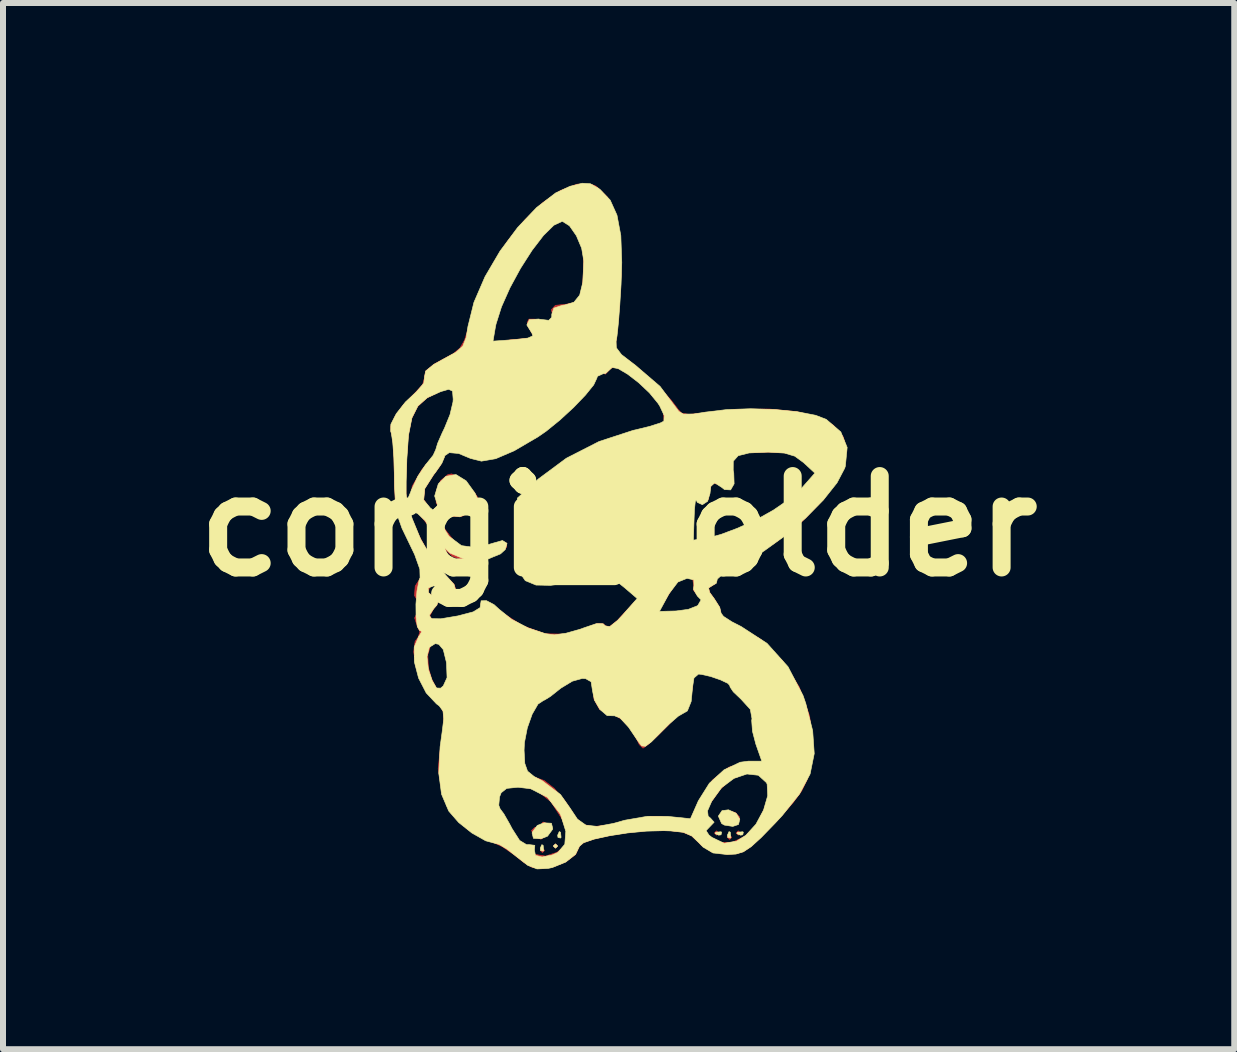
<source format=kicad_pcb>
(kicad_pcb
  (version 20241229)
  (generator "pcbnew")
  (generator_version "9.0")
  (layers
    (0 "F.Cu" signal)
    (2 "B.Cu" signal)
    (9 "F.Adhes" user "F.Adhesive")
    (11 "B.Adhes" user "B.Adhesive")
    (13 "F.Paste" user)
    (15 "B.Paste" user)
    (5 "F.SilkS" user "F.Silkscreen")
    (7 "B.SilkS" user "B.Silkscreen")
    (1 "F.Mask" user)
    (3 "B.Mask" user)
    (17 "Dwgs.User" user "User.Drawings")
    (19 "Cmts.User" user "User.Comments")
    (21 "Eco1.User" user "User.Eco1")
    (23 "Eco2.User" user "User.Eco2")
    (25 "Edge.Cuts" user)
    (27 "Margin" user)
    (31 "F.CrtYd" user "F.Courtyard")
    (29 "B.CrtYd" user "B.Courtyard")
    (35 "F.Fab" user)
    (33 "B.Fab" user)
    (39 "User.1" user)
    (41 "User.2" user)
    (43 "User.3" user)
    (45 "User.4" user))
  (footprint "corgi_solder"
    (layer "F.Cu")
    (at 7.264 5.722)
    (property "Reference" "corgi_solder" (at 0 0 0) (layer "F.SilkS") (effects (font (size 1.524 1.524) (thickness 0.3))))
    (attr through_hole)
    (fp_poly (pts (xy -1.234 5.407) (xy -1.27 5.443) (xy -1.306 5.407) (xy -1.27 5.37) (xy -1.234 5.407)) (stroke (width 0.01) (type solid)) (fill yes) (layer "F.Cu"))
    (fp_poly (pts (xy -1.016 5.334) (xy -1.052 5.37) (xy -1.089 5.334) (xy -1.052 5.298) (xy -1.016 5.334)) (stroke (width 0.01) (type solid)) (fill yes) (layer "F.Cu"))
    (fp_poly (pts (xy 1.669 5.116) (xy 1.633 5.153) (xy 1.597 5.116) (xy 1.633 5.08) (xy 1.669 5.116)) (stroke (width 0.01) (type solid)) (fill yes) (layer "F.Cu"))
    (fp_poly (pts (xy 1.887 5.189) (xy 1.851 5.225) (xy 1.814 5.189) (xy 1.851 5.153) (xy 1.887 5.189)) (stroke (width 0.01) (type solid)) (fill yes) (layer "F.Cu"))
    (fp_poly (pts (xy 2.032 5.116) (xy 1.996 5.153) (xy 1.959 5.116) (xy 1.996 5.08) (xy 2.032 5.116)) (stroke (width 0.01) (type solid)) (fill yes) (layer "F.Cu"))
    (fp_poly (pts (xy 1.944 4.774) (xy 2.014 4.846) (xy 2.012 4.885) (xy 1.922 4.979) (xy 1.772 4.954) (xy 1.742 4.937) (xy 1.676 4.853) (xy 1.712 4.79) (xy 1.822 4.749) (xy 1.944 4.774)) (stroke (width 0.01) (type solid)) (fill yes) (layer "F.Cu"))
    (fp_poly (pts (xy -1.141 4.982) (xy -1.146 5.092) (xy -1.171 5.128) (xy -1.294 5.22) (xy -1.403 5.177) (xy -1.452 5.076) (xy -1.399 5.025) (xy -1.339 5.035) (xy -1.264 5.04) (xy -1.271 5.007) (xy -1.271 4.94) (xy -1.25 4.935) (xy -1.141 4.982)) (stroke (width 0.01) (type solid)) (fill yes) (layer "F.Cu"))
    (fp_poly (pts (xy -0.859 -0.285) (xy -0.781 -0.173) (xy -0.734 -0.024) (xy -0.783 0.082) (xy -0.863 0.154) (xy -1.019 0.264) (xy -1.126 0.271) (xy -1.242 0.176) (xy -1.27 0.145) (xy -1.358 0.007) (xy -1.338 -0.138) (xy -1.319 -0.182) (xy -1.189 -0.332) (xy -1.02 -0.366) (xy -0.859 -0.285)) (stroke (width 0.01) (type solid)) (fill yes) (layer "F.Cu"))
    (fp_poly (pts (xy -2.682 -0.821) (xy -2.541 -0.704) (xy -2.407 -0.564) (xy -2.328 -0.448) (xy -2.322 -0.423) (xy -2.368 -0.338) (xy -2.436 -0.259) (xy -2.614 -0.163) (xy -2.818 -0.158) (xy -2.961 -0.232) (xy -3.042 -0.393) (xy -3.04 -0.585) (xy -2.969 -0.758) (xy -2.843 -0.861) (xy -2.782 -0.871) (xy -2.682 -0.821)) (stroke (width 0.01) (type solid)) (fill yes) (layer "F.Cu"))
    (fp_poly (pts (xy -2.199 -1.923) (xy -2.181 -1.894) (xy -2.145 -1.735) (xy -2.169 -1.547) (xy -2.234 -1.367) (xy -2.325 -1.232) (xy -2.425 -1.178) (xy -2.49 -1.208) (xy -2.534 -1.317) (xy -2.54 -1.382) (xy -2.592 -1.53) (xy -2.652 -1.599) (xy -2.72 -1.704) (xy -2.688 -1.768) (xy -2.586 -1.799) (xy -2.525 -1.756) (xy -2.41 -1.675) (xy -2.361 -1.714) (xy -2.372 -1.806) (xy -2.368 -1.946) (xy -2.295 -1.992) (xy -2.199 -1.923)) (stroke (width 0.01) (type solid)) (fill yes) (layer "F.Cu"))
    (fp_poly (pts (xy -2.906 -1.164) (xy -2.967 -1.02) (xy -3.084 -0.858) (xy -3.232 -0.63) (xy -3.25 -0.443) (xy -3.139 -0.281) (xy -3.016 -0.137) (xy -2.892 0.054) (xy -2.888 0.062) (xy -2.702 0.301) (xy -2.481 0.4) (xy -2.225 0.359) (xy -2.17 0.334) (xy -1.979 0.266) (xy -1.865 0.283) (xy -1.865 0.283) (xy -1.87 0.355) (xy -1.977 0.44) (xy -2.146 0.519) (xy -2.336 0.569) (xy -2.446 0.578) (xy -2.643 0.552) (xy -2.77 0.505) (xy -2.883 0.401) (xy -3.018 0.227) (xy -3.058 0.165) (xy -3.194 -0.037) (xy -3.326 -0.204) (xy -3.354 -0.233) (xy -3.466 -0.43) (xy -3.442 -0.664) (xy -3.282 -0.939) (xy -3.171 -1.07) (xy -3.016 -1.209) (xy -2.925 -1.234) (xy -2.906 -1.164)) (stroke (width 0.01) (type solid)) (fill yes) (layer "F.Cu"))
    (fp_poly (pts (xy 1.205 2.45) (xy 1.234 2.626) (xy 1.234 2.649) (xy 1.215 2.804) (xy 1.144 2.955) (xy 1 3.137) (xy 0.844 3.302) (xy 0.653 3.492) (xy 0.5 3.633) (xy 0.413 3.699) (xy 0.406 3.701) (xy 0.345 3.643) (xy 0.313 3.574) (xy 0.21 3.39) (xy 0.058 3.227) (xy -0.097 3.13) (xy -0.149 3.121) (xy -0.316 3.058) (xy -0.41 2.887) (xy -0.422 2.672) (xy -0.374 2.488) (xy -0.29 2.431) (xy -0.216 2.474) (xy -0.199 2.621) (xy -0.203 2.685) (xy -0.207 2.84) (xy -0.179 2.865) (xy -0.152 2.832) (xy -0.093 2.787) (xy -0.008 2.826) (xy 0.13 2.964) (xy 0.175 3.013) (xy 0.319 3.188) (xy 0.412 3.322) (xy 0.432 3.368) (xy 0.464 3.411) (xy 0.534 3.358) (xy 0.618 3.245) (xy 0.69 3.104) (xy 0.725 2.972) (xy 0.726 2.956) (xy 0.742 2.807) (xy 0.809 2.768) (xy 0.871 2.779) (xy 0.975 2.782) (xy 1.013 2.691) (xy 1.016 2.606) (xy 1.049 2.438) (xy 1.125 2.395) (xy 1.205 2.45)) (stroke (width 0.01) (type solid)) (fill yes) (layer "F.Cu"))
    (fp_poly (pts (xy 2.824 -1.442) (xy 2.965 -1.413) (xy 3.076 -1.356) (xy 3.139 -1.309) (xy 3.273 -1.175) (xy 3.337 -1.057) (xy 3.338 -1.047) (xy 3.302 -0.953) (xy 3.202 -0.98) (xy 3.084 -1.089) (xy 2.974 -1.174) (xy 2.813 -1.219) (xy 2.559 -1.233) (xy 2.498 -1.234) (xy 2.186 -1.228) (xy 1.994 -1.203) (xy 1.895 -1.144) (xy 1.865 -1.038) (xy 1.874 -0.902) (xy 1.886 -0.734) (xy 1.849 -0.674) (xy 1.736 -0.688) (xy 1.714 -0.694) (xy 1.574 -0.71) (xy 1.527 -0.646) (xy 1.524 -0.601) (xy 1.492 -0.439) (xy 1.405 -0.403) (xy 1.331 -0.445) (xy 1.269 -0.471) (xy 1.24 -0.395) (xy 1.234 -0.233) (xy 1.211 0.078) (xy 1.144 0.251) (xy 1.063 0.29) (xy 1.013 0.219) (xy 0.985 0.01) (xy 0.979 -0.218) (xy 0.982 -0.483) (xy 0.997 -0.635) (xy 1.037 -0.705) (xy 1.112 -0.725) (xy 1.157 -0.726) (xy 1.275 -0.74) (xy 1.266 -0.794) (xy 1.248 -0.813) (xy 1.165 -0.935) (xy 1.213 -0.998) (xy 1.387 -0.998) (xy 1.415 -0.994) (xy 1.605 -0.981) (xy 1.664 -1.027) (xy 1.594 -1.134) (xy 1.582 -1.147) (xy 1.532 -1.248) (xy 1.611 -1.327) (xy 1.823 -1.385) (xy 2.174 -1.424) (xy 2.298 -1.432) (xy 2.614 -1.446) (xy 2.824 -1.442)) (stroke (width 0.01) (type solid)) (fill yes) (layer "F.Cu"))
    (fp_poly (pts (xy -0.612 -5.118) (xy -0.57 -5.086) (xy -0.488 -5.007) (xy -0.437 -4.91) (xy -0.411 -4.761) (xy -0.403 -4.525) (xy -0.403 -4.306) (xy -0.419 -3.92) (xy -0.462 -3.625) (xy -0.526 -3.437) (xy -0.608 -3.37) (xy -0.674 -3.403) (xy -0.783 -3.479) (xy -0.827 -3.426) (xy -0.816 -3.303) (xy -0.807 -3.115) (xy -0.828 -3.003) (xy -0.873 -2.923) (xy -0.942 -2.947) (xy -1.005 -3.002) (xy -1.102 -3.078) (xy -1.131 -3.042) (xy -1.131 -2.965) (xy -1.165 -2.826) (xy -1.25 -2.772) (xy -1.342 -2.83) (xy -1.345 -2.835) (xy -1.457 -2.886) (xy -1.687 -2.891) (xy -1.753 -2.885) (xy -1.966 -2.876) (xy -2.111 -2.892) (xy -2.145 -2.91) (xy -2.125 -2.987) (xy -1.999 -3.058) (xy -1.802 -3.107) (xy -1.623 -3.121) (xy -1.453 -3.13) (xy -1.408 -3.165) (xy -1.437 -3.208) (xy -1.514 -3.339) (xy -1.524 -3.394) (xy -1.496 -3.451) (xy -1.397 -3.451) (xy -1.201 -3.391) (xy -1.098 -3.354) (xy -1.036 -3.35) (xy -1.064 -3.437) (xy -1.078 -3.463) (xy -1.123 -3.606) (xy -1.054 -3.681) (xy -0.867 -3.701) (xy -0.733 -3.727) (xy -0.648 -3.818) (xy -0.601 -4) (xy -0.583 -4.296) (xy -0.582 -4.409) (xy -0.6 -4.682) (xy -0.665 -4.86) (xy -0.726 -4.935) (xy -0.856 -5.101) (xy -0.868 -5.199) (xy -0.78 -5.211) (xy -0.612 -5.118)) (stroke (width 0.01) (type solid)) (fill yes) (layer "F.Cu"))
    (fp_poly (pts (xy -0.443 -5.695) (xy -0.374 -5.667) (xy -0.185 -5.484) (xy -0.052 -5.173) (xy 0.024 -4.739) (xy 0.042 -4.186) (xy 0.001 -3.521) (xy -0.02 -3.32) (xy -0.046 -3.057) (xy -0.045 -2.908) (xy -0.014 -2.843) (xy 0.036 -2.83) (xy 0.136 -2.782) (xy 0.301 -2.655) (xy 0.5 -2.48) (xy 0.702 -2.287) (xy 0.873 -2.104) (xy 0.982 -1.962) (xy 0.988 -1.951) (xy 1.05 -1.885) (xy 1.164 -1.863) (xy 1.37 -1.88) (xy 1.451 -1.891) (xy 2.004 -1.947) (xy 2.517 -1.952) (xy 2.966 -1.909) (xy 3.326 -1.82) (xy 3.573 -1.688) (xy 3.582 -1.68) (xy 3.748 -1.485) (xy 3.801 -1.272) (xy 3.744 -1.01) (xy 3.663 -0.825) (xy 3.414 -0.444) (xy 3.05 -0.067) (xy 2.602 0.28) (xy 2.125 0.559) (xy 1.887 0.686) (xy 1.716 0.796) (xy 1.639 0.869) (xy 1.639 0.881) (xy 1.618 0.956) (xy 1.566 0.988) (xy 1.499 1.033) (xy 1.523 1.113) (xy 1.596 1.213) (xy 1.685 1.357) (xy 1.703 1.455) (xy 1.702 1.458) (xy 1.737 1.521) (xy 1.871 1.604) (xy 1.934 1.633) (xy 2.372 1.89) (xy 2.736 2.249) (xy 3.012 2.683) (xy 3.185 3.165) (xy 3.24 3.667) (xy 3.197 4.037) (xy 3.14 4.237) (xy 3.051 4.418) (xy 2.907 4.614) (xy 2.686 4.862) (xy 2.607 4.946) (xy 2.372 5.188) (xy 2.206 5.342) (xy 2.078 5.428) (xy 1.959 5.463) (xy 1.819 5.469) (xy 1.798 5.469) (xy 1.552 5.432) (xy 1.377 5.319) (xy 1.335 5.274) (xy 1.215 5.162) (xy 1.067 5.102) (xy 0.841 5.076) (xy 0.75 5.073) (xy 0.47 5.078) (xy 0.163 5.108) (xy -0.136 5.155) (xy -0.395 5.212) (xy -0.578 5.274) (xy -0.653 5.334) (xy -0.653 5.337) (xy -0.718 5.476) (xy -0.882 5.598) (xy -1.098 5.683) (xy -1.32 5.71) (xy -1.451 5.685) (xy -1.58 5.608) (xy -1.738 5.482) (xy -1.742 5.479) (xy -1.939 5.344) (xy -2.174 5.235) (xy -2.192 5.229) (xy -2.518 5.054) (xy -2.775 4.776) (xy -2.944 4.428) (xy -3.008 4.045) (xy -2.979 3.76) (xy -2.912 3.379) (xy -2.916 3.112) (xy -2.993 2.946) (xy -3.054 2.9) (xy -3.189 2.771) (xy -3.302 2.566) (xy -3.381 2.328) (xy -3.416 2.098) (xy -3.393 1.92) (xy -3.34 1.851) (xy -3.313 1.76) (xy -3.354 1.672) (xy -3.401 1.532) (xy -3.349 1.427) (xy -3.301 1.315) (xy -3.335 1.272) (xy -3.404 1.157) (xy -3.391 0.999) (xy -3.315 0.881) (xy -3.277 0.816) (xy -3.291 0.705) (xy -3.363 0.518) (xy -3.478 0.278) (xy -3.607 0.004) (xy -3.685 -0.214) (xy -3.724 -0.435) (xy -3.738 -0.715) (xy -3.739 -0.748) (xy -3.548 -0.748) (xy -3.543 -0.506) (xy -3.514 -0.315) (xy -3.452 -0.127) (xy -3.352 0.105) (xy -3.331 0.151) (xy -3.177 0.441) (xy -3.012 0.687) (xy -2.874 0.836) (xy -2.744 0.968) (xy -2.713 1.06) (xy -2.775 1.086) (xy -2.915 1.025) (xy -3.056 0.97) (xy -3.147 1.015) (xy -3.181 1.1) (xy -3.097 1.172) (xy -3.008 1.239) (xy -3.029 1.314) (xy -3.084 1.378) (xy -3.151 1.502) (xy -3.094 1.569) (xy -2.928 1.567) (xy -2.87 1.555) (xy -2.735 1.541) (xy -2.687 1.571) (xy -2.746 1.709) (xy -2.873 1.845) (xy -3.01 1.921) (xy -3.033 1.923) (xy -3.133 1.985) (xy -3.181 2.144) (xy -3.172 2.357) (xy -3.117 2.548) (xy -3.036 2.707) (xy -2.963 2.739) (xy -2.879 2.639) (xy -2.804 2.493) (xy -2.711 2.329) (xy -2.638 2.286) (xy -2.591 2.315) (xy -2.548 2.409) (xy -2.593 2.551) (xy -2.631 2.622) (xy -2.73 2.823) (xy -2.757 2.945) (xy -2.715 2.97) (xy -2.609 2.882) (xy -2.582 2.852) (xy -2.443 2.716) (xy -2.369 2.698) (xy -2.363 2.788) (xy -2.427 2.974) (xy -2.526 3.178) (xy -2.717 3.593) (xy -2.803 3.94) (xy -2.788 4.25) (xy -2.695 4.515) (xy -2.557 4.734) (xy -2.39 4.912) (xy -2.331 4.955) (xy -2.15 5.053) (xy -2.066 5.064) (xy -2.056 4.983) (xy -2.075 4.899) (xy -2.087 4.754) (xy -2.038 4.718) (xy -1.954 4.783) (xy -1.859 4.942) (xy -1.845 4.973) (xy -1.669 5.287) (xy -1.46 5.462) (xy -1.22 5.502) (xy -1.026 5.439) (xy -0.901 5.334) (xy -0.85 5.221) (xy -0.861 5.09) (xy -0.94 4.888) (xy -0.943 4.882) (xy -1.127 4.596) (xy -1.367 4.404) (xy -1.632 4.324) (xy -1.764 4.333) (xy -1.913 4.348) (xy -1.952 4.303) (xy -1.945 4.275) (xy -1.849 4.188) (xy -1.664 4.153) (xy -1.441 4.173) (xy -1.241 4.242) (xy -1.074 4.372) (xy -0.901 4.575) (xy -0.83 4.681) (xy -0.703 4.878) (xy -0.591 4.975) (xy -0.452 5.006) (xy -0.395 5.007) (xy -0.166 4.984) (xy 0.098 4.926) (xy 0.161 4.907) (xy 0.571 4.84) (xy 0.835 4.852) (xy 1.197 4.899) (xy 1.357 4.555) (xy 1.568 4.231) (xy 1.839 4.019) (xy 2.151 3.934) (xy 2.25 3.935) (xy 2.444 3.98) (xy 2.504 4.064) (xy 2.451 4.143) (xy 2.395 4.142) (xy 2.116 4.118) (xy 1.872 4.221) (xy 1.694 4.388) (xy 1.484 4.683) (xy 1.409 4.927) (xy 1.467 5.126) (xy 1.495 5.161) (xy 1.68 5.274) (xy 1.897 5.271) (xy 2.115 5.169) (xy 2.301 4.983) (xy 2.426 4.728) (xy 2.435 4.693) (xy 2.497 4.547) (xy 2.597 4.518) (xy 2.628 4.525) (xy 2.728 4.52) (xy 2.817 4.427) (xy 2.918 4.228) (xy 3.026 3.813) (xy 3.013 3.373) (xy 2.891 2.933) (xy 2.674 2.521) (xy 2.376 2.163) (xy 2.011 1.886) (xy 1.648 1.731) (xy 1.374 1.64) (xy 1.232 1.558) (xy 1.211 1.471) (xy 1.301 1.369) (xy 1.403 1.273) (xy 1.394 1.214) (xy 1.333 1.175) (xy 1.249 1.068) (xy 1.254 0.996) (xy 1.236 0.889) (xy 1.157 0.849) (xy 1.06 0.858) (xy 0.955 0.953) (xy 0.822 1.156) (xy 0.795 1.203) (xy 0.62 1.485) (xy 0.492 1.635) (xy 0.408 1.655) (xy 0.378 1.607) (xy 0.313 1.598) (xy 0.17 1.687) (xy 0.061 1.78) (xy -0.14 1.939) (xy -0.271 1.987) (xy -0.314 1.97) (xy -0.458 1.937) (xy -0.72 1.972) (xy -0.739 1.976) (xy -1.175 2.005) (xy -1.599 1.891) (xy -2 1.639) (xy -2.052 1.594) (xy -2.224 1.419) (xy -2.297 1.301) (xy -2.275 1.255) (xy -2.159 1.297) (xy -2.016 1.394) (xy -1.602 1.66) (xy -1.224 1.795) (xy -0.866 1.801) (xy -0.53 1.694) (xy -0.35 1.623) (xy -0.252 1.63) (xy -0.221 1.663) (xy -0.151 1.677) (xy -0.022 1.575) (xy 0.102 1.44) (xy 0.27 1.261) (xy 0.376 1.195) (xy 0.428 1.221) (xy 0.497 1.239) (xy 0.588 1.158) (xy 0.676 1.015) (xy 0.734 0.849) (xy 0.744 0.761) (xy 0.757 0.67) (xy 0.819 0.624) (xy 0.964 0.608) (xy 1.153 0.609) (xy 1.602 0.551) (xy 2.079 0.369) (xy 2.559 0.073) (xy 3.018 -0.321) (xy 3.339 -0.679) (xy 3.532 -0.987) (xy 3.597 -1.24) (xy 3.533 -1.436) (xy 3.518 -1.453) (xy 3.351 -1.588) (xy 3.124 -1.676) (xy 2.814 -1.722) (xy 2.399 -1.728) (xy 2.074 -1.714) (xy 1.715 -1.691) (xy 1.38 -1.664) (xy 1.114 -1.639) (xy 0.99 -1.623) (xy 0.812 -1.601) (xy 0.744 -1.624) (xy 0.751 -1.707) (xy 0.759 -1.733) (xy 0.748 -1.927) (xy 0.613 -2.153) (xy 0.366 -2.392) (xy 0.216 -2.505) (xy 0.025 -2.624) (xy -0.086 -2.656) (xy -0.142 -2.617) (xy -0.223 -2.532) (xy -0.272 -2.579) (xy -0.288 -2.745) (xy -0.269 -3.021) (xy -0.244 -3.207) (xy -0.174 -3.806) (xy -0.153 -4.34) (xy -0.179 -4.793) (xy -0.251 -5.148) (xy -0.366 -5.39) (xy -0.454 -5.472) (xy -0.613 -5.492) (xy -0.835 -5.417) (xy -1.089 -5.263) (xy -1.346 -5.048) (xy -1.546 -4.828) (xy -1.822 -4.428) (xy -2.053 -3.99) (xy -2.22 -3.56) (xy -2.302 -3.181) (xy -2.303 -3.165) (xy -2.333 -2.866) (xy -2.368 -2.695) (xy -2.413 -2.633) (xy -2.475 -2.664) (xy -2.479 -2.667) (xy -2.593 -2.71) (xy -2.73 -2.668) (xy -2.861 -2.583) (xy -2.903 -2.505) (xy -2.84 -2.468) (xy -2.83 -2.467) (xy -2.756 -2.437) (xy -2.789 -2.364) (xy -2.913 -2.278) (xy -2.968 -2.253) (xy -3.195 -2.138) (xy -3.35 -1.995) (xy -3.45 -1.796) (xy -3.507 -1.511) (xy -3.536 -1.112) (xy -3.537 -1.088) (xy -3.548 -0.748) (xy -3.739 -0.748) (xy -3.74 -0.881) (xy -3.746 -1.172) (xy -3.761 -1.405) (xy -3.782 -1.544) (xy -3.792 -1.566) (xy -3.799 -1.666) (xy -3.726 -1.829) (xy -3.593 -2.017) (xy -3.424 -2.191) (xy -3.414 -2.2) (xy -3.268 -2.358) (xy -3.233 -2.486) (xy -3.236 -2.494) (xy -3.213 -2.59) (xy -3.068 -2.705) (xy -2.935 -2.778) (xy -2.758 -2.874) (xy -2.645 -2.968) (xy -2.569 -3.1) (xy -2.503 -3.311) (xy -2.459 -3.477) (xy -2.31 -3.926) (xy -2.1 -4.357) (xy -1.845 -4.757) (xy -1.561 -5.107) (xy -1.264 -5.392) (xy -0.968 -5.596) (xy -0.689 -5.703) (xy -0.443 -5.695)) (stroke (width 0.01) (type solid)) (fill yes) (layer "F.Cu"))
    (fp_poly (pts (xy -1.234 5.407) (xy -1.27 5.443) (xy -1.306 5.407) (xy -1.27 5.37) (xy -1.234 5.407)) (stroke (width 0.01) (type solid)) (fill yes) (layer "F.Mask"))
    (fp_poly (pts (xy -1.016 5.334) (xy -1.052 5.37) (xy -1.089 5.334) (xy -1.052 5.298) (xy -1.016 5.334)) (stroke (width 0.01) (type solid)) (fill yes) (layer "F.Mask"))
    (fp_poly (pts (xy 1.669 5.116) (xy 1.633 5.153) (xy 1.597 5.116) (xy 1.633 5.08) (xy 1.669 5.116)) (stroke (width 0.01) (type solid)) (fill yes) (layer "F.Mask"))
    (fp_poly (pts (xy 1.887 5.189) (xy 1.851 5.225) (xy 1.814 5.189) (xy 1.851 5.153) (xy 1.887 5.189)) (stroke (width 0.01) (type solid)) (fill yes) (layer "F.Mask"))
    (fp_poly (pts (xy 2.032 5.116) (xy 1.996 5.153) (xy 1.959 5.116) (xy 1.996 5.08) (xy 2.032 5.116)) (stroke (width 0.01) (type solid)) (fill yes) (layer "F.Mask"))
    (fp_poly (pts (xy 1.944 4.774) (xy 2.014 4.846) (xy 2.012 4.885) (xy 1.922 4.979) (xy 1.772 4.954) (xy 1.742 4.937) (xy 1.676 4.853) (xy 1.712 4.79) (xy 1.822 4.749) (xy 1.944 4.774)) (stroke (width 0.01) (type solid)) (fill yes) (layer "F.Mask"))
    (fp_poly (pts (xy -1.141 4.982) (xy -1.146 5.092) (xy -1.171 5.128) (xy -1.294 5.22) (xy -1.403 5.177) (xy -1.452 5.076) (xy -1.399 5.025) (xy -1.339 5.035) (xy -1.264 5.04) (xy -1.271 5.007) (xy -1.271 4.94) (xy -1.25 4.935) (xy -1.141 4.982)) (stroke (width 0.01) (type solid)) (fill yes) (layer "F.Mask"))
    (fp_poly (pts (xy -0.859 -0.285) (xy -0.781 -0.173) (xy -0.734 -0.024) (xy -0.783 0.082) (xy -0.863 0.154) (xy -1.019 0.264) (xy -1.126 0.271) (xy -1.242 0.176) (xy -1.27 0.145) (xy -1.358 0.007) (xy -1.338 -0.138) (xy -1.319 -0.182) (xy -1.189 -0.332) (xy -1.02 -0.366) (xy -0.859 -0.285)) (stroke (width 0.01) (type solid)) (fill yes) (layer "F.Mask"))
    (fp_poly (pts (xy -2.682 -0.821) (xy -2.541 -0.704) (xy -2.407 -0.564) (xy -2.328 -0.448) (xy -2.322 -0.423) (xy -2.368 -0.338) (xy -2.436 -0.259) (xy -2.614 -0.163) (xy -2.818 -0.158) (xy -2.961 -0.232) (xy -3.042 -0.393) (xy -3.04 -0.585) (xy -2.969 -0.758) (xy -2.843 -0.861) (xy -2.782 -0.871) (xy -2.682 -0.821)) (stroke (width 0.01) (type solid)) (fill yes) (layer "F.Mask"))
    (fp_poly (pts (xy -2.199 -1.923) (xy -2.181 -1.894) (xy -2.145 -1.735) (xy -2.169 -1.547) (xy -2.234 -1.367) (xy -2.325 -1.232) (xy -2.425 -1.178) (xy -2.49 -1.208) (xy -2.534 -1.317) (xy -2.54 -1.382) (xy -2.592 -1.53) (xy -2.652 -1.599) (xy -2.72 -1.704) (xy -2.688 -1.768) (xy -2.586 -1.799) (xy -2.525 -1.756) (xy -2.41 -1.675) (xy -2.361 -1.714) (xy -2.372 -1.806) (xy -2.368 -1.946) (xy -2.295 -1.992) (xy -2.199 -1.923)) (stroke (width 0.01) (type solid)) (fill yes) (layer "F.Mask"))
    (fp_poly (pts (xy -2.906 -1.164) (xy -2.967 -1.02) (xy -3.084 -0.858) (xy -3.232 -0.63) (xy -3.25 -0.443) (xy -3.139 -0.281) (xy -3.016 -0.137) (xy -2.892 0.054) (xy -2.888 0.062) (xy -2.702 0.301) (xy -2.481 0.4) (xy -2.225 0.359) (xy -2.17 0.334) (xy -1.979 0.266) (xy -1.865 0.283) (xy -1.865 0.283) (xy -1.87 0.355) (xy -1.977 0.44) (xy -2.146 0.519) (xy -2.336 0.569) (xy -2.446 0.578) (xy -2.643 0.552) (xy -2.77 0.505) (xy -2.883 0.401) (xy -3.018 0.227) (xy -3.058 0.165) (xy -3.194 -0.037) (xy -3.326 -0.204) (xy -3.354 -0.233) (xy -3.466 -0.43) (xy -3.442 -0.664) (xy -3.282 -0.939) (xy -3.171 -1.07) (xy -3.016 -1.209) (xy -2.925 -1.234) (xy -2.906 -1.164)) (stroke (width 0.01) (type solid)) (fill yes) (layer "F.Mask"))
    (fp_poly (pts (xy 1.205 2.45) (xy 1.234 2.626) (xy 1.234 2.649) (xy 1.215 2.804) (xy 1.144 2.955) (xy 1 3.137) (xy 0.844 3.302) (xy 0.653 3.492) (xy 0.5 3.633) (xy 0.413 3.699) (xy 0.406 3.701) (xy 0.345 3.643) (xy 0.313 3.574) (xy 0.21 3.39) (xy 0.058 3.227) (xy -0.097 3.13) (xy -0.149 3.121) (xy -0.316 3.058) (xy -0.41 2.887) (xy -0.422 2.672) (xy -0.374 2.488) (xy -0.29 2.431) (xy -0.216 2.474) (xy -0.199 2.621) (xy -0.203 2.685) (xy -0.207 2.84) (xy -0.179 2.865) (xy -0.152 2.832) (xy -0.093 2.787) (xy -0.008 2.826) (xy 0.13 2.964) (xy 0.175 3.013) (xy 0.319 3.188) (xy 0.412 3.322) (xy 0.432 3.368) (xy 0.464 3.411) (xy 0.534 3.358) (xy 0.618 3.245) (xy 0.69 3.104) (xy 0.725 2.972) (xy 0.726 2.956) (xy 0.742 2.807) (xy 0.809 2.768) (xy 0.871 2.779) (xy 0.975 2.782) (xy 1.013 2.691) (xy 1.016 2.606) (xy 1.049 2.438) (xy 1.125 2.395) (xy 1.205 2.45)) (stroke (width 0.01) (type solid)) (fill yes) (layer "F.Mask"))
    (fp_poly (pts (xy 2.824 -1.442) (xy 2.965 -1.413) (xy 3.076 -1.356) (xy 3.139 -1.309) (xy 3.273 -1.175) (xy 3.337 -1.057) (xy 3.338 -1.047) (xy 3.302 -0.953) (xy 3.202 -0.98) (xy 3.084 -1.089) (xy 2.974 -1.174) (xy 2.813 -1.219) (xy 2.559 -1.233) (xy 2.498 -1.234) (xy 2.186 -1.228) (xy 1.994 -1.203) (xy 1.895 -1.144) (xy 1.865 -1.038) (xy 1.874 -0.902) (xy 1.886 -0.734) (xy 1.849 -0.674) (xy 1.736 -0.688) (xy 1.714 -0.694) (xy 1.574 -0.71) (xy 1.527 -0.646) (xy 1.524 -0.601) (xy 1.492 -0.439) (xy 1.405 -0.403) (xy 1.331 -0.445) (xy 1.269 -0.471) (xy 1.24 -0.395) (xy 1.234 -0.233) (xy 1.211 0.078) (xy 1.144 0.251) (xy 1.063 0.29) (xy 1.013 0.219) (xy 0.985 0.01) (xy 0.979 -0.218) (xy 0.982 -0.483) (xy 0.997 -0.635) (xy 1.037 -0.705) (xy 1.112 -0.725) (xy 1.157 -0.726) (xy 1.275 -0.74) (xy 1.266 -0.794) (xy 1.248 -0.813) (xy 1.165 -0.935) (xy 1.213 -0.998) (xy 1.387 -0.998) (xy 1.415 -0.994) (xy 1.605 -0.981) (xy 1.664 -1.027) (xy 1.594 -1.134) (xy 1.582 -1.147) (xy 1.532 -1.248) (xy 1.611 -1.327) (xy 1.823 -1.385) (xy 2.174 -1.424) (xy 2.298 -1.432) (xy 2.614 -1.446) (xy 2.824 -1.442)) (stroke (width 0.01) (type solid)) (fill yes) (layer "F.Mask"))
    (fp_poly (pts (xy -0.612 -5.118) (xy -0.57 -5.086) (xy -0.488 -5.007) (xy -0.437 -4.91) (xy -0.411 -4.761) (xy -0.403 -4.525) (xy -0.403 -4.306) (xy -0.419 -3.92) (xy -0.462 -3.625) (xy -0.526 -3.437) (xy -0.608 -3.37) (xy -0.674 -3.403) (xy -0.783 -3.479) (xy -0.827 -3.426) (xy -0.816 -3.303) (xy -0.807 -3.115) (xy -0.828 -3.003) (xy -0.873 -2.923) (xy -0.942 -2.947) (xy -1.005 -3.002) (xy -1.102 -3.078) (xy -1.131 -3.042) (xy -1.131 -2.965) (xy -1.165 -2.826) (xy -1.25 -2.772) (xy -1.342 -2.83) (xy -1.345 -2.835) (xy -1.457 -2.886) (xy -1.687 -2.891) (xy -1.753 -2.885) (xy -1.966 -2.876) (xy -2.111 -2.892) (xy -2.145 -2.91) (xy -2.125 -2.987) (xy -1.999 -3.058) (xy -1.802 -3.107) (xy -1.623 -3.121) (xy -1.453 -3.13) (xy -1.408 -3.165) (xy -1.437 -3.208) (xy -1.514 -3.339) (xy -1.524 -3.394) (xy -1.496 -3.451) (xy -1.397 -3.451) (xy -1.201 -3.391) (xy -1.098 -3.354) (xy -1.036 -3.35) (xy -1.064 -3.437) (xy -1.078 -3.463) (xy -1.123 -3.606) (xy -1.054 -3.681) (xy -0.867 -3.701) (xy -0.733 -3.727) (xy -0.648 -3.818) (xy -0.601 -4) (xy -0.583 -4.296) (xy -0.582 -4.409) (xy -0.6 -4.682) (xy -0.665 -4.86) (xy -0.726 -4.935) (xy -0.856 -5.101) (xy -0.868 -5.199) (xy -0.78 -5.211) (xy -0.612 -5.118)) (stroke (width 0.01) (type solid)) (fill yes) (layer "F.Mask"))
    (fp_poly (pts (xy -0.443 -5.695) (xy -0.374 -5.667) (xy -0.185 -5.484) (xy -0.052 -5.173) (xy 0.024 -4.739) (xy 0.042 -4.186) (xy 0.001 -3.521) (xy -0.02 -3.32) (xy -0.046 -3.057) (xy -0.045 -2.908) (xy -0.014 -2.843) (xy 0.036 -2.83) (xy 0.136 -2.782) (xy 0.301 -2.655) (xy 0.5 -2.48) (xy 0.702 -2.287) (xy 0.873 -2.104) (xy 0.982 -1.962) (xy 0.988 -1.951) (xy 1.05 -1.885) (xy 1.164 -1.863) (xy 1.37 -1.88) (xy 1.451 -1.891) (xy 2.004 -1.947) (xy 2.517 -1.952) (xy 2.966 -1.909) (xy 3.326 -1.82) (xy 3.573 -1.688) (xy 3.582 -1.68) (xy 3.748 -1.485) (xy 3.801 -1.272) (xy 3.744 -1.01) (xy 3.663 -0.825) (xy 3.414 -0.444) (xy 3.05 -0.067) (xy 2.602 0.28) (xy 2.125 0.559) (xy 1.887 0.686) (xy 1.716 0.796) (xy 1.639 0.869) (xy 1.639 0.881) (xy 1.618 0.956) (xy 1.566 0.988) (xy 1.499 1.033) (xy 1.523 1.113) (xy 1.596 1.213) (xy 1.685 1.357) (xy 1.703 1.455) (xy 1.702 1.458) (xy 1.737 1.521) (xy 1.871 1.604) (xy 1.934 1.633) (xy 2.372 1.89) (xy 2.736 2.249) (xy 3.012 2.683) (xy 3.185 3.165) (xy 3.24 3.667) (xy 3.197 4.037) (xy 3.14 4.237) (xy 3.051 4.418) (xy 2.907 4.614) (xy 2.686 4.862) (xy 2.607 4.946) (xy 2.372 5.188) (xy 2.206 5.342) (xy 2.078 5.428) (xy 1.959 5.463) (xy 1.819 5.469) (xy 1.798 5.469) (xy 1.552 5.432) (xy 1.377 5.319) (xy 1.335 5.274) (xy 1.215 5.162) (xy 1.067 5.102) (xy 0.841 5.076) (xy 0.75 5.073) (xy 0.47 5.078) (xy 0.163 5.108) (xy -0.136 5.155) (xy -0.395 5.212) (xy -0.578 5.274) (xy -0.653 5.334) (xy -0.653 5.337) (xy -0.718 5.476) (xy -0.882 5.598) (xy -1.098 5.683) (xy -1.32 5.71) (xy -1.451 5.685) (xy -1.58 5.608) (xy -1.738 5.482) (xy -1.742 5.479) (xy -1.939 5.344) (xy -2.174 5.235) (xy -2.192 5.229) (xy -2.518 5.054) (xy -2.775 4.776) (xy -2.944 4.428) (xy -3.008 4.045) (xy -2.979 3.76) (xy -2.912 3.379) (xy -2.916 3.112) (xy -2.993 2.946) (xy -3.054 2.9) (xy -3.189 2.771) (xy -3.302 2.566) (xy -3.381 2.328) (xy -3.416 2.098) (xy -3.393 1.92) (xy -3.34 1.851) (xy -3.313 1.76) (xy -3.354 1.672) (xy -3.401 1.532) (xy -3.349 1.427) (xy -3.301 1.315) (xy -3.335 1.272) (xy -3.404 1.157) (xy -3.391 0.999) (xy -3.315 0.881) (xy -3.277 0.816) (xy -3.291 0.705) (xy -3.363 0.518) (xy -3.478 0.278) (xy -3.607 0.004) (xy -3.685 -0.214) (xy -3.724 -0.435) (xy -3.738 -0.715) (xy -3.739 -0.748) (xy -3.548 -0.748) (xy -3.543 -0.506) (xy -3.514 -0.315) (xy -3.452 -0.127) (xy -3.352 0.105) (xy -3.331 0.151) (xy -3.177 0.441) (xy -3.012 0.687) (xy -2.874 0.836) (xy -2.744 0.968) (xy -2.713 1.06) (xy -2.775 1.086) (xy -2.915 1.025) (xy -3.056 0.97) (xy -3.147 1.015) (xy -3.181 1.1) (xy -3.097 1.172) (xy -3.008 1.239) (xy -3.029 1.314) (xy -3.084 1.378) (xy -3.151 1.502) (xy -3.094 1.569) (xy -2.928 1.567) (xy -2.87 1.555) (xy -2.735 1.541) (xy -2.687 1.571) (xy -2.746 1.709) (xy -2.873 1.845) (xy -3.01 1.921) (xy -3.033 1.923) (xy -3.133 1.985) (xy -3.181 2.144) (xy -3.172 2.357) (xy -3.117 2.548) (xy -3.036 2.707) (xy -2.963 2.739) (xy -2.879 2.639) (xy -2.804 2.493) (xy -2.711 2.329) (xy -2.638 2.286) (xy -2.591 2.315) (xy -2.548 2.409) (xy -2.593 2.551) (xy -2.631 2.622) (xy -2.73 2.823) (xy -2.757 2.945) (xy -2.715 2.97) (xy -2.609 2.882) (xy -2.582 2.852) (xy -2.443 2.716) (xy -2.369 2.698) (xy -2.363 2.788) (xy -2.427 2.974) (xy -2.526 3.178) (xy -2.717 3.593) (xy -2.803 3.94) (xy -2.788 4.25) (xy -2.695 4.515) (xy -2.557 4.734) (xy -2.39 4.912) (xy -2.331 4.955) (xy -2.15 5.053) (xy -2.066 5.064) (xy -2.056 4.983) (xy -2.075 4.899) (xy -2.087 4.754) (xy -2.038 4.718) (xy -1.954 4.783) (xy -1.859 4.942) (xy -1.845 4.973) (xy -1.669 5.287) (xy -1.46 5.462) (xy -1.22 5.502) (xy -1.026 5.439) (xy -0.901 5.334) (xy -0.85 5.221) (xy -0.861 5.09) (xy -0.94 4.888) (xy -0.943 4.882) (xy -1.127 4.596) (xy -1.367 4.404) (xy -1.632 4.324) (xy -1.764 4.333) (xy -1.913 4.348) (xy -1.952 4.303) (xy -1.945 4.275) (xy -1.849 4.188) (xy -1.664 4.153) (xy -1.441 4.173) (xy -1.241 4.242) (xy -1.074 4.372) (xy -0.901 4.575) (xy -0.83 4.681) (xy -0.703 4.878) (xy -0.591 4.975) (xy -0.452 5.006) (xy -0.395 5.007) (xy -0.166 4.984) (xy 0.098 4.926) (xy 0.161 4.907) (xy 0.571 4.84) (xy 0.835 4.852) (xy 1.197 4.899) (xy 1.357 4.555) (xy 1.568 4.231) (xy 1.839 4.019) (xy 2.151 3.934) (xy 2.25 3.935) (xy 2.444 3.98) (xy 2.504 4.064) (xy 2.451 4.143) (xy 2.395 4.142) (xy 2.116 4.118) (xy 1.872 4.221) (xy 1.694 4.388) (xy 1.484 4.683) (xy 1.409 4.927) (xy 1.467 5.126) (xy 1.495 5.161) (xy 1.68 5.274) (xy 1.897 5.271) (xy 2.115 5.169) (xy 2.301 4.983) (xy 2.426 4.728) (xy 2.435 4.693) (xy 2.497 4.547) (xy 2.597 4.518) (xy 2.628 4.525) (xy 2.728 4.52) (xy 2.817 4.427) (xy 2.918 4.228) (xy 3.026 3.813) (xy 3.013 3.373) (xy 2.891 2.933) (xy 2.674 2.521) (xy 2.376 2.163) (xy 2.011 1.886) (xy 1.648 1.731) (xy 1.374 1.64) (xy 1.232 1.558) (xy 1.211 1.471) (xy 1.301 1.369) (xy 1.403 1.273) (xy 1.394 1.214) (xy 1.333 1.175) (xy 1.249 1.068) (xy 1.254 0.996) (xy 1.236 0.889) (xy 1.157 0.849) (xy 1.06 0.858) (xy 0.955 0.953) (xy 0.822 1.156) (xy 0.795 1.203) (xy 0.62 1.485) (xy 0.492 1.635) (xy 0.408 1.655) (xy 0.378 1.607) (xy 0.313 1.598) (xy 0.17 1.687) (xy 0.061 1.78) (xy -0.14 1.939) (xy -0.271 1.987) (xy -0.314 1.97) (xy -0.458 1.937) (xy -0.72 1.972) (xy -0.739 1.976) (xy -1.175 2.005) (xy -1.599 1.891) (xy -2 1.639) (xy -2.052 1.594) (xy -2.224 1.419) (xy -2.297 1.301) (xy -2.275 1.255) (xy -2.159 1.297) (xy -2.016 1.394) (xy -1.602 1.66) (xy -1.224 1.795) (xy -0.866 1.801) (xy -0.53 1.694) (xy -0.35 1.623) (xy -0.252 1.63) (xy -0.221 1.663) (xy -0.151 1.677) (xy -0.022 1.575) (xy 0.102 1.44) (xy 0.27 1.261) (xy 0.376 1.195) (xy 0.428 1.221) (xy 0.497 1.239) (xy 0.588 1.158) (xy 0.676 1.015) (xy 0.734 0.849) (xy 0.744 0.761) (xy 0.757 0.67) (xy 0.819 0.624) (xy 0.964 0.608) (xy 1.153 0.609) (xy 1.602 0.551) (xy 2.079 0.369) (xy 2.559 0.073) (xy 3.018 -0.321) (xy 3.339 -0.679) (xy 3.532 -0.987) (xy 3.597 -1.24) (xy 3.533 -1.436) (xy 3.518 -1.453) (xy 3.351 -1.588) (xy 3.124 -1.676) (xy 2.814 -1.722) (xy 2.399 -1.728) (xy 2.074 -1.714) (xy 1.715 -1.691) (xy 1.38 -1.664) (xy 1.114 -1.639) (xy 0.99 -1.623) (xy 0.812 -1.601) (xy 0.744 -1.624) (xy 0.751 -1.707) (xy 0.759 -1.733) (xy 0.748 -1.927) (xy 0.613 -2.153) (xy 0.366 -2.392) (xy 0.216 -2.505) (xy 0.025 -2.624) (xy -0.086 -2.656) (xy -0.142 -2.617) (xy -0.223 -2.532) (xy -0.272 -2.579) (xy -0.288 -2.745) (xy -0.269 -3.021) (xy -0.244 -3.207) (xy -0.174 -3.806) (xy -0.153 -4.34) (xy -0.179 -4.793) (xy -0.251 -5.148) (xy -0.366 -5.39) (xy -0.454 -5.472) (xy -0.613 -5.492) (xy -0.835 -5.417) (xy -1.089 -5.263) (xy -1.346 -5.048) (xy -1.546 -4.828) (xy -1.822 -4.428) (xy -2.053 -3.99) (xy -2.22 -3.56) (xy -2.302 -3.181) (xy -2.303 -3.165) (xy -2.333 -2.866) (xy -2.368 -2.695) (xy -2.413 -2.633) (xy -2.475 -2.664) (xy -2.479 -2.667) (xy -2.593 -2.71) (xy -2.73 -2.668) (xy -2.861 -2.583) (xy -2.903 -2.505) (xy -2.84 -2.468) (xy -2.83 -2.467) (xy -2.756 -2.437) (xy -2.789 -2.364) (xy -2.913 -2.278) (xy -2.968 -2.253) (xy -3.195 -2.138) (xy -3.35 -1.995) (xy -3.45 -1.796) (xy -3.507 -1.511) (xy -3.536 -1.112) (xy -3.537 -1.088) (xy -3.548 -0.748) (xy -3.739 -0.748) (xy -3.74 -0.881) (xy -3.746 -1.172) (xy -3.761 -1.405) (xy -3.782 -1.544) (xy -3.792 -1.566) (xy -3.799 -1.666) (xy -3.726 -1.829) (xy -3.593 -2.017) (xy -3.424 -2.191) (xy -3.414 -2.2) (xy -3.268 -2.358) (xy -3.233 -2.486) (xy -3.236 -2.494) (xy -3.213 -2.59) (xy -3.068 -2.705) (xy -2.935 -2.778) (xy -2.758 -2.874) (xy -2.645 -2.968) (xy -2.569 -3.1) (xy -2.503 -3.311) (xy -2.459 -3.477) (xy -2.31 -3.926) (xy -2.1 -4.357) (xy -1.845 -4.757) (xy -1.561 -5.107) (xy -1.264 -5.392) (xy -0.968 -5.596) (xy -0.689 -5.703) (xy -0.443 -5.695)) (stroke (width 0.01) (type solid)) (fill yes) (layer "F.Mask"))
    (fp_poly (pts (xy -1.016 5.334) (xy -1.052 5.37) (xy -1.089 5.334) (xy -1.052 5.298) (xy -1.016 5.334)) (stroke (width 0.01) (type solid)) (fill yes) (layer "F.SilkS"))
    (fp_poly (pts (xy -1.258 5.322) (xy -1.249 5.408) (xy -1.258 5.419) (xy -1.301 5.409) (xy -1.306 5.37) (xy -1.28 5.311) (xy -1.258 5.322)) (stroke (width 0.01) (type solid)) (fill yes) (layer "F.SilkS"))
    (fp_poly (pts (xy -0.968 5.104) (xy -0.959 5.19) (xy -0.968 5.201) (xy -1.011 5.191) (xy -1.016 5.153) (xy -0.989 5.093) (xy -0.968 5.104)) (stroke (width 0.01) (type solid)) (fill yes) (layer "F.SilkS"))
    (fp_poly (pts (xy 1.718 5.104) (xy 1.708 5.147) (xy 1.669 5.153) (xy 1.609 5.126) (xy 1.621 5.104) (xy 1.707 5.096) (xy 1.718 5.104)) (stroke (width 0.01) (type solid)) (fill yes) (layer "F.SilkS"))
    (fp_poly (pts (xy 1.863 5.104) (xy 1.871 5.19) (xy 1.863 5.201) (xy 1.82 5.191) (xy 1.814 5.153) (xy 1.841 5.093) (xy 1.863 5.104)) (stroke (width 0.01) (type solid)) (fill yes) (layer "F.SilkS"))
    (fp_poly (pts (xy 2.08 5.104) (xy 2.07 5.147) (xy 2.032 5.153) (xy 1.972 5.126) (xy 1.984 5.104) (xy 2.07 5.096) (xy 2.08 5.104)) (stroke (width 0.01) (type solid)) (fill yes) (layer "F.SilkS"))
    (fp_poly (pts (xy 1.961 4.789) (xy 2.021 4.887) (xy 1.999 4.975) (xy 1.904 5.007) (xy 1.764 4.985) (xy 1.718 4.959) (xy 1.663 4.835) (xy 1.725 4.744) (xy 1.832 4.73) (xy 1.961 4.789)) (stroke (width 0.01) (type solid)) (fill yes) (layer "F.SilkS"))
    (fp_poly (pts (xy -1.12 4.954) (xy -1.098 5.041) (xy -1.101 5.056) (xy -1.185 5.17) (xy -1.295 5.213) (xy -1.42 5.206) (xy -1.442 5.119) (xy -1.439 5.104) (xy -1.355 4.99) (xy -1.245 4.947) (xy -1.12 4.954)) (stroke (width 0.01) (type solid)) (fill yes) (layer "F.SilkS"))
    (fp_poly (pts (xy -2.541 -0.754) (xy -2.395 -0.551) (xy -2.328 -0.406) (xy -2.347 -0.319) (xy -2.427 -0.25) (xy -2.647 -0.155) (xy -2.859 -0.18) (xy -3.002 -0.299) (xy -3.067 -0.502) (xy -3.006 -0.704) (xy -2.878 -0.831) (xy -2.712 -0.86) (xy -2.541 -0.754)) (stroke (width 0.01) (type solid)) (fill yes) (layer "F.SilkS"))
    (fp_poly (pts (xy -0.471 -5.709) (xy -0.338 -5.634) (xy -0.307 -5.611) (xy -0.14 -5.435) (xy -0.027 -5.185) (xy 0.037 -4.845) (xy 0.053 -4.395) (xy 0.041 -4.028) (xy 0.02 -3.688) (xy -0.003 -3.39) (xy -0.026 -3.172) (xy -0.042 -3.081) (xy -0.038 -2.974) (xy 0.048 -2.86) (xy 0.24 -2.712) (xy 0.267 -2.693) (xy 0.691 -2.33) (xy 1.004 -1.912) (xy 1.08 -1.868) (xy 1.248 -1.869) (xy 1.452 -1.901) (xy 1.803 -1.943) (xy 2.201 -1.957) (xy 2.607 -1.944) (xy 2.981 -1.907) (xy 3.285 -1.848) (xy 3.462 -1.78) (xy 3.705 -1.571) (xy 3.811 -1.312) (xy 3.781 -1.001) (xy 3.77 -0.966) (xy 3.642 -0.722) (xy 3.415 -0.436) (xy 3.117 -0.133) (xy 2.777 0.16) (xy 2.422 0.416) (xy 2.124 0.588) (xy 1.887 0.713) (xy 1.718 0.818) (xy 1.644 0.884) (xy 1.644 0.894) (xy 1.629 0.953) (xy 1.571 0.986) (xy 1.5 1.03) (xy 1.516 1.104) (xy 1.596 1.213) (xy 1.686 1.354) (xy 1.708 1.446) (xy 1.707 1.449) (xy 1.749 1.505) (xy 1.89 1.596) (xy 2.043 1.674) (xy 2.475 1.955) (xy 2.825 2.345) (xy 3.075 2.824) (xy 3.121 2.957) (xy 3.236 3.413) (xy 3.262 3.793) (xy 3.193 4.133) (xy 3.017 4.465) (xy 2.728 4.826) (xy 2.613 4.95) (xy 2.378 5.192) (xy 2.21 5.345) (xy 2.08 5.431) (xy 1.957 5.468) (xy 1.812 5.476) (xy 1.81 5.476) (xy 1.575 5.45) (xy 1.409 5.352) (xy 1.341 5.281) (xy 1.222 5.167) (xy 1.082 5.106) (xy 0.87 5.082) (xy 0.75 5.078) (xy 0.461 5.086) (xy 0.149 5.116) (xy -0.151 5.163) (xy -0.408 5.219) (xy -0.586 5.28) (xy -0.653 5.338) (xy -0.653 5.338) (xy -0.718 5.473) (xy -0.882 5.602) (xy -1.103 5.692) (xy -1.177 5.708) (xy -1.36 5.716) (xy -1.515 5.656) (xy -1.686 5.523) (xy -1.855 5.389) (xy -1.989 5.308) (xy -2.026 5.298) (xy -2.216 5.247) (xy -2.446 5.117) (xy -2.667 4.941) (xy -2.829 4.755) (xy -2.834 4.747) (xy -2.873 4.656) (xy -1.998 4.656) (xy -1.975 4.715) (xy -1.913 4.798) (xy -1.818 4.964) (xy -1.776 5.044) (xy -1.65 5.241) (xy -1.533 5.312) (xy -1.494 5.31) (xy -1.397 5.322) (xy -1.403 5.401) (xy -1.387 5.489) (xy -1.275 5.517) (xy -1.106 5.483) (xy -1.011 5.44) (xy -0.897 5.304) (xy -0.88 5.089) (xy -0.884 5.077) (xy 1.459 5.077) (xy 1.507 5.151) (xy 1.556 5.19) (xy 1.761 5.288) (xy 1.969 5.252) (xy 2.123 5.154) (xy 2.29 4.97) (xy 2.417 4.734) (xy 2.486 4.495) (xy 2.477 4.304) (xy 2.466 4.278) (xy 2.33 4.154) (xy 2.139 4.133) (xy 1.924 4.206) (xy 1.718 4.36) (xy 1.553 4.586) (xy 1.483 4.747) (xy 1.493 4.835) (xy 1.535 4.872) (xy 1.593 4.937) (xy 1.524 5.009) (xy 1.459 5.077) (xy -0.884 5.077) (xy -0.962 4.826) (xy -0.979 4.791) (xy -1.187 4.522) (xy -1.467 4.379) (xy -1.677 4.354) (xy -1.866 4.373) (xy -1.958 4.446) (xy -1.985 4.515) (xy -1.998 4.656) (xy -2.873 4.656) (xy -2.952 4.47) (xy -2.998 4.122) (xy -2.979 3.737) (xy -1.576 3.737) (xy -1.564 3.957) (xy -1.518 4.086) (xy -1.407 4.176) (xy -1.274 4.245) (xy -0.969 4.475) (xy -0.811 4.699) (xy -0.686 4.886) (xy -0.545 4.986) (xy -0.355 5.007) (xy -0.082 4.956) (xy 0.102 4.904) (xy 0.482 4.838) (xy 0.822 4.84) (xy 1.198 4.879) (xy 1.33 4.58) (xy 1.513 4.288) (xy 1.758 4.064) (xy 2.027 3.937) (xy 2.163 3.919) (xy 2.388 3.919) (xy 2.288 3.634) (xy 2.232 3.42) (xy 2.219 3.241) (xy 2.224 3.21) (xy 2.196 3.055) (xy 2.042 2.886) (xy 1.912 2.762) (xy 1.856 2.678) (xy 1.858 2.665) (xy 1.824 2.623) (xy 1.7 2.564) (xy 1.535 2.507) (xy 1.381 2.472) (xy 1.332 2.467) (xy 1.257 2.532) (xy 1.234 2.679) (xy 1.21 2.924) (xy 1.147 3.081) (xy 1.078 3.121) (xy 0.995 3.169) (xy 0.849 3.295) (xy 0.714 3.429) (xy 0.547 3.597) (xy 0.447 3.671) (xy 0.384 3.665) (xy 0.336 3.603) (xy 0.164 3.35) (xy 0.022 3.197) (xy -0.076 3.16) (xy -0.083 3.163) (xy -0.192 3.159) (xy -0.311 3.057) (xy -0.403 2.9) (xy -0.435 2.746) (xy -0.458 2.595) (xy -0.55 2.543) (xy -0.606 2.54) (xy -0.772 2.586) (xy -0.96 2.7) (xy -0.987 2.721) (xy -1.134 2.838) (xy -1.234 2.9) (xy -1.246 2.903) (xy -1.344 2.968) (xy -1.441 3.136) (xy -1.522 3.364) (xy -1.57 3.61) (xy -1.576 3.737) (xy -2.979 3.737) (xy -2.976 3.678) (xy -2.943 3.439) (xy -2.915 3.214) (xy -2.928 3.082) (xy -2.991 2.997) (xy -3.037 2.963) (xy -3.208 2.781) (xy -3.335 2.534) (xy -3.405 2.265) (xy -3.406 2.177) (xy -3.195 2.177) (xy -3.171 2.392) (xy -3.108 2.576) (xy -3.036 2.699) (xy -2.967 2.702) (xy -2.923 2.664) (xy -2.86 2.526) (xy -2.869 2.29) (xy -2.873 2.262) (xy -2.923 2.059) (xy -2.998 1.971) (xy -3.057 1.959) (xy -3.156 2.02) (xy -3.195 2.177) (xy -3.406 2.177) (xy -3.408 2.018) (xy -3.332 1.837) (xy -3.324 1.829) (xy -3.279 1.754) (xy -3.316 1.742) (xy -3.356 1.677) (xy -3.377 1.516) (xy -3.379 1.302) (xy -3.362 1.083) (xy -3.327 0.904) (xy -3.31 0.86) (xy -3.314 0.717) (xy -3.401 0.473) (xy -3.494 0.28) (xy -3.611 0.037) (xy -3.683 -0.166) (xy -3.691 -0.213) (xy -3.467 -0.213) (xy -3.444 -0.132) (xy -3.299 0.221) (xy -3.098 0.56) (xy -2.883 0.817) (xy -2.744 0.973) (xy -2.719 1.064) (xy -2.805 1.077) (xy -2.936 1.031) (xy -3.087 0.997) (xy -3.175 1.033) (xy -3.17 1.11) (xy -3.089 1.177) (xy -3.006 1.24) (xy -3.029 1.315) (xy -3.084 1.378) (xy -3.157 1.488) (xy -3.12 1.543) (xy -2.963 1.545) (xy -2.679 1.497) (xy -2.424 1.43) (xy -2.309 1.359) (xy -2.304 1.324) (xy -2.292 1.245) (xy -2.203 1.243) (xy -2.076 1.31) (xy -1.989 1.389) (xy -1.784 1.554) (xy -1.505 1.699) (xy -1.221 1.793) (xy -1.072 1.813) (xy -0.878 1.786) (xy -0.64 1.719) (xy -0.575 1.695) (xy -0.371 1.626) (xy -0.26 1.628) (xy -0.222 1.663) (xy -0.148 1.677) (xy -0.014 1.57) (xy 0.071 1.478) (xy 0.12 1.422) (xy 0.681 1.422) (xy 0.957 1.415) (xy 1.162 1.388) (xy 1.309 1.33) (xy 1.324 1.318) (xy 1.375 1.229) (xy 1.313 1.165) (xy 1.249 1.055) (xy 1.257 0.987) (xy 1.254 0.896) (xy 1.141 0.871) (xy 0.989 0.932) (xy 0.844 1.123) (xy 0.83 1.147) (xy 0.681 1.422) (xy 0.12 1.422) (xy 0.31 1.207) (xy 0.105 1.031) (xy 0.013 0.957) (xy -0.079 0.91) (xy -0.198 0.888) (xy -0.37 0.89) (xy -0.623 0.917) (xy -0.983 0.966) (xy -1.131 0.987) (xy -1.377 0.983) (xy -1.556 0.909) (xy -1.642 0.783) (xy -1.626 0.662) (xy -1.546 0.33) (xy -1.55 0.234) (xy 1.247 0.234) (xy 1.513 0.192) (xy 1.708 0.138) (xy 1.977 0.037) (xy 2.265 -0.092) (xy 2.297 -0.107) (xy 2.583 -0.268) (xy 2.846 -0.449) (xy 3.035 -0.613) (xy 3.044 -0.624) (xy 3.273 -0.884) (xy 3.084 -1.059) (xy 2.938 -1.166) (xy 2.764 -1.218) (xy 2.506 -1.233) (xy 2.482 -1.233) (xy 2.177 -1.22) (xy 1.994 -1.174) (xy 1.912 -1.082) (xy 1.911 -0.931) (xy 1.92 -0.887) (xy 1.926 -0.705) (xy 1.868 -0.604) (xy 1.766 -0.609) (xy 1.721 -0.645) (xy 1.603 -0.721) (xy 1.537 -0.663) (xy 1.524 -0.544) (xy 1.484 -0.414) (xy 1.397 -0.357) (xy 1.313 -0.396) (xy 1.294 -0.435) (xy 1.279 -0.412) (xy 1.265 -0.276) (xy 1.259 -0.136) (xy 1.247 0.234) (xy -1.55 0.234) (xy -1.561 -0.036) (xy -1.6 -0.191) (xy -1.69 -0.465) (xy -1.335 -0.788) (xy -0.871 -1.132) (xy -0.325 -1.411) (xy 0.244 -1.597) (xy 0.286 -1.606) (xy 0.519 -1.663) (xy 0.694 -1.719) (xy 0.755 -1.75) (xy 0.761 -1.843) (xy 0.686 -2.003) (xy 0.656 -2.049) (xy 0.514 -2.222) (xy 0.335 -2.391) (xy 0.151 -2.533) (xy -0.007 -2.626) (xy -0.109 -2.646) (xy -0.128 -2.627) (xy -0.216 -2.547) (xy -0.26 -2.54) (xy -0.353 -2.498) (xy -0.363 -2.466) (xy -0.415 -2.355) (xy -0.554 -2.183) (xy -0.751 -1.978) (xy -0.978 -1.769) (xy -1.207 -1.583) (xy -1.343 -1.489) (xy -1.739 -1.257) (xy -2.049 -1.124) (xy -2.287 -1.083) (xy -2.47 -1.129) (xy -2.667 -1.211) (xy -2.824 -1.225) (xy -2.901 -1.172) (xy -2.903 -1.153) (xy -2.946 -1.05) (xy -3.054 -0.895) (xy -3.084 -0.858) (xy -3.232 -0.624) (xy -3.25 -0.435) (xy -3.136 -0.299) (xy -3.121 -0.29) (xy -3.005 -0.19) (xy -2.975 -0.116) (xy -2.933 0.004) (xy -2.832 0.163) (xy -2.825 0.172) (xy -2.62 0.325) (xy -2.359 0.363) (xy -2.092 0.284) (xy -1.936 0.24) (xy -1.86 0.288) (xy -1.89 0.391) (xy -1.969 0.463) (xy -2.242 0.574) (xy -2.536 0.565) (xy -2.812 0.449) (xy -3.032 0.238) (xy -3.113 0.091) (xy -3.224 -0.09) (xy -3.347 -0.206) (xy -3.453 -0.261) (xy -3.467 -0.213) (xy -3.691 -0.213) (xy -3.72 -0.384) (xy -3.729 -0.541) (xy -3.543 -0.541) (xy -3.534 -0.454) (xy -3.51 -0.465) (xy -3.471 -0.558) (xy -3.453 -0.606) (xy -3.347 -0.831) (xy -3.219 -1.023) (xy -3.199 -1.046) (xy -3.091 -1.182) (xy -3.048 -1.277) (xy -3.017 -1.381) (xy -2.94 -1.557) (xy -2.903 -1.633) (xy -2.811 -1.859) (xy -2.761 -2.07) (xy -2.758 -2.116) (xy -2.769 -2.251) (xy -2.833 -2.281) (xy -2.967 -2.242) (xy -3.19 -2.141) (xy -3.346 -2.004) (xy -3.446 -1.805) (xy -3.503 -1.516) (xy -3.531 -1.112) (xy -3.532 -1.071) (xy -3.542 -0.741) (xy -3.543 -0.541) (xy -3.729 -0.541) (xy -3.736 -0.67) (xy -3.738 -0.837) (xy -3.747 -1.138) (xy -3.765 -1.389) (xy -3.789 -1.549) (xy -3.8 -1.581) (xy -3.797 -1.699) (xy -3.707 -1.874) (xy -3.554 -2.069) (xy -3.371 -2.239) (xy -3.248 -2.382) (xy -3.235 -2.492) (xy -3.217 -2.585) (xy -3.085 -2.694) (xy -2.919 -2.786) (xy -2.711 -2.9) (xy -2.597 -3.003) (xy -2.565 -3.084) (xy -2.094 -3.084) (xy -1.729 -3.11) (xy -1.514 -3.135) (xy -1.429 -3.173) (xy -1.444 -3.215) (xy -1.53 -3.354) (xy -1.488 -3.442) (xy -1.334 -3.453) (xy -1.314 -3.449) (xy -1.165 -3.431) (xy -1.115 -3.481) (xy -1.114 -3.534) (xy -1.079 -3.635) (xy -0.934 -3.683) (xy -0.897 -3.687) (xy -0.745 -3.733) (xy -0.649 -3.851) (xy -0.597 -4.064) (xy -0.581 -4.396) (xy -0.581 -4.426) (xy -0.616 -4.633) (xy -0.704 -4.842) (xy -0.819 -5.007) (xy -0.935 -5.08) (xy -0.943 -5.08) (xy -1.079 -5.017) (xy -1.252 -4.847) (xy -1.443 -4.598) (xy -1.635 -4.298) (xy -1.811 -3.974) (xy -1.953 -3.655) (xy -2.044 -3.368) (xy -2.057 -3.302) (xy -2.094 -3.084) (xy -2.565 -3.084) (xy -2.541 -3.145) (xy -2.512 -3.328) (xy -2.412 -3.731) (xy -2.227 -4.159) (xy -1.977 -4.585) (xy -1.684 -4.978) (xy -1.368 -5.311) (xy -1.05 -5.555) (xy -0.81 -5.666) (xy -0.606 -5.717) (xy -0.471 -5.709)) (stroke (width 0.01) (type solid)) (fill yes) (layer "F.SilkS")))
  (gr_rect
    (start -3 -3)
    (end 17.529 14.443)
    (stroke (width 0.1) (type default))
    (fill no)
    (layer "Edge.Cuts")))
</source>
